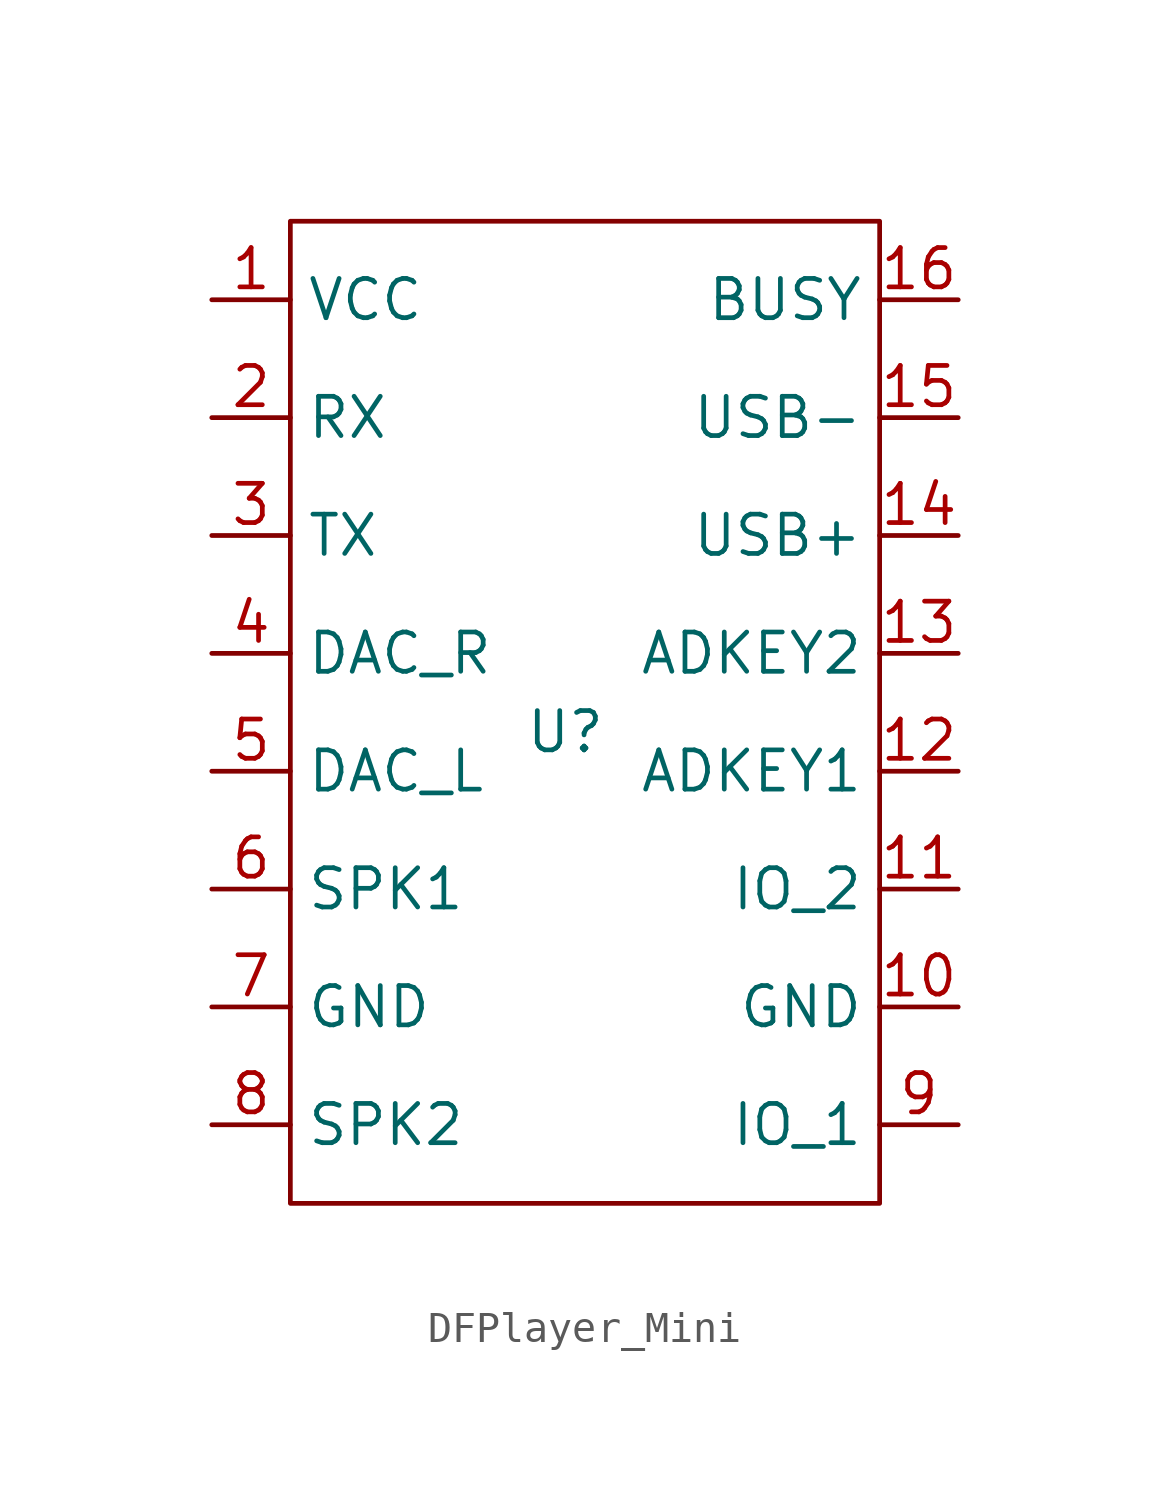
<source format=kicad_sym>
(kicad_symbol_lib
  (version 20220914)
  (generator kicad_symbol_editor)
  (symbol "DFPlayer_Mini"
    (property "Reference" "U"
      (at 0 0 0)
      (effects (font (size 1.27 1.27))))
    (property "Value" ""
      (at -8.89 -3.81 0)
      (effects (font (size 1.27 1.27))))
    (symbol "DFPlayer_Mini_0_1"
      (rectangle (start -8.89 16.51) (end 10.16 -15.24) (stroke (width 0) (type default)) (fill (type none))))
    (symbol "DFPlayer_Mini_1_1"
      (pin power_in line (at -11.43 13.97 0) (length 2.54) (name "VCC" (effects (font (size 1.27 1.27)))) (number "1" (effects (font (size 1.27 1.27)))))
      (pin passive line (at 12.7 -8.89 180) (length 2.54) (name "GND" (effects (font (size 1.27 1.27)))) (number "10" (effects (font (size 1.27 1.27)))))
      (pin passive line (at 12.7 -5.08 180) (length 2.54) (name "IO_2" (effects (font (size 1.27 1.27)))) (number "11" (effects (font (size 1.27 1.27)))))
      (pin passive line (at 12.7 -1.27 180) (length 2.54) (name "ADKEY1" (effects (font (size 1.27 1.27)))) (number "12" (effects (font (size 1.27 1.27)))))
      (pin passive line (at 12.7 2.54 180) (length 2.54) (name "ADKEY2" (effects (font (size 1.27 1.27)))) (number "13" (effects (font (size 1.27 1.27)))))
      (pin passive line (at 12.7 6.35 180) (length 2.54) (name "USB+" (effects (font (size 1.27 1.27)))) (number "14" (effects (font (size 1.27 1.27)))))
      (pin passive line (at 12.7 10.16 180) (length 2.54) (name "USB-" (effects (font (size 1.27 1.27)))) (number "15" (effects (font (size 1.27 1.27)))))
      (pin passive line (at 12.7 13.97 180) (length 2.54) (name "BUSY" (effects (font (size 1.27 1.27)))) (number "16" (effects (font (size 1.27 1.27)))))
      (pin passive line (at -11.43 10.16 0) (length 2.54) (name "RX" (effects (font (size 1.27 1.27)))) (number "2" (effects (font (size 1.27 1.27)))))
      (pin passive line (at -11.43 6.35 0) (length 2.54) (name "TX" (effects (font (size 1.27 1.27)))) (number "3" (effects (font (size 1.27 1.27)))))
      (pin passive line (at -11.43 2.54 0) (length 2.54) (name "DAC_R" (effects (font (size 1.27 1.27)))) (number "4" (effects (font (size 1.27 1.27)))))
      (pin passive line (at -11.43 -1.27 0) (length 2.54) (name "DAC_L" (effects (font (size 1.27 1.27)))) (number "5" (effects (font (size 1.27 1.27)))))
      (pin output line (at -11.43 -5.08 0) (length 2.54) (name "SPK1" (effects (font (size 1.27 1.27)))) (number "6" (effects (font (size 1.27 1.27)))))
      (pin passive line (at -11.43 -8.89 0) (length 2.54) (name "GND" (effects (font (size 1.27 1.27)))) (number "7" (effects (font (size 1.27 1.27)))))
      (pin output line (at -11.43 -12.7 0) (length 2.54) (name "SPK2" (effects (font (size 1.27 1.27)))) (number "8" (effects (font (size 1.27 1.27)))))
      (pin passive line (at 12.7 -12.7 180) (length 2.54) (name "IO_1" (effects (font (size 1.27 1.27)))) (number "9" (effects (font (size 1.27 1.27))))))))
</source>
